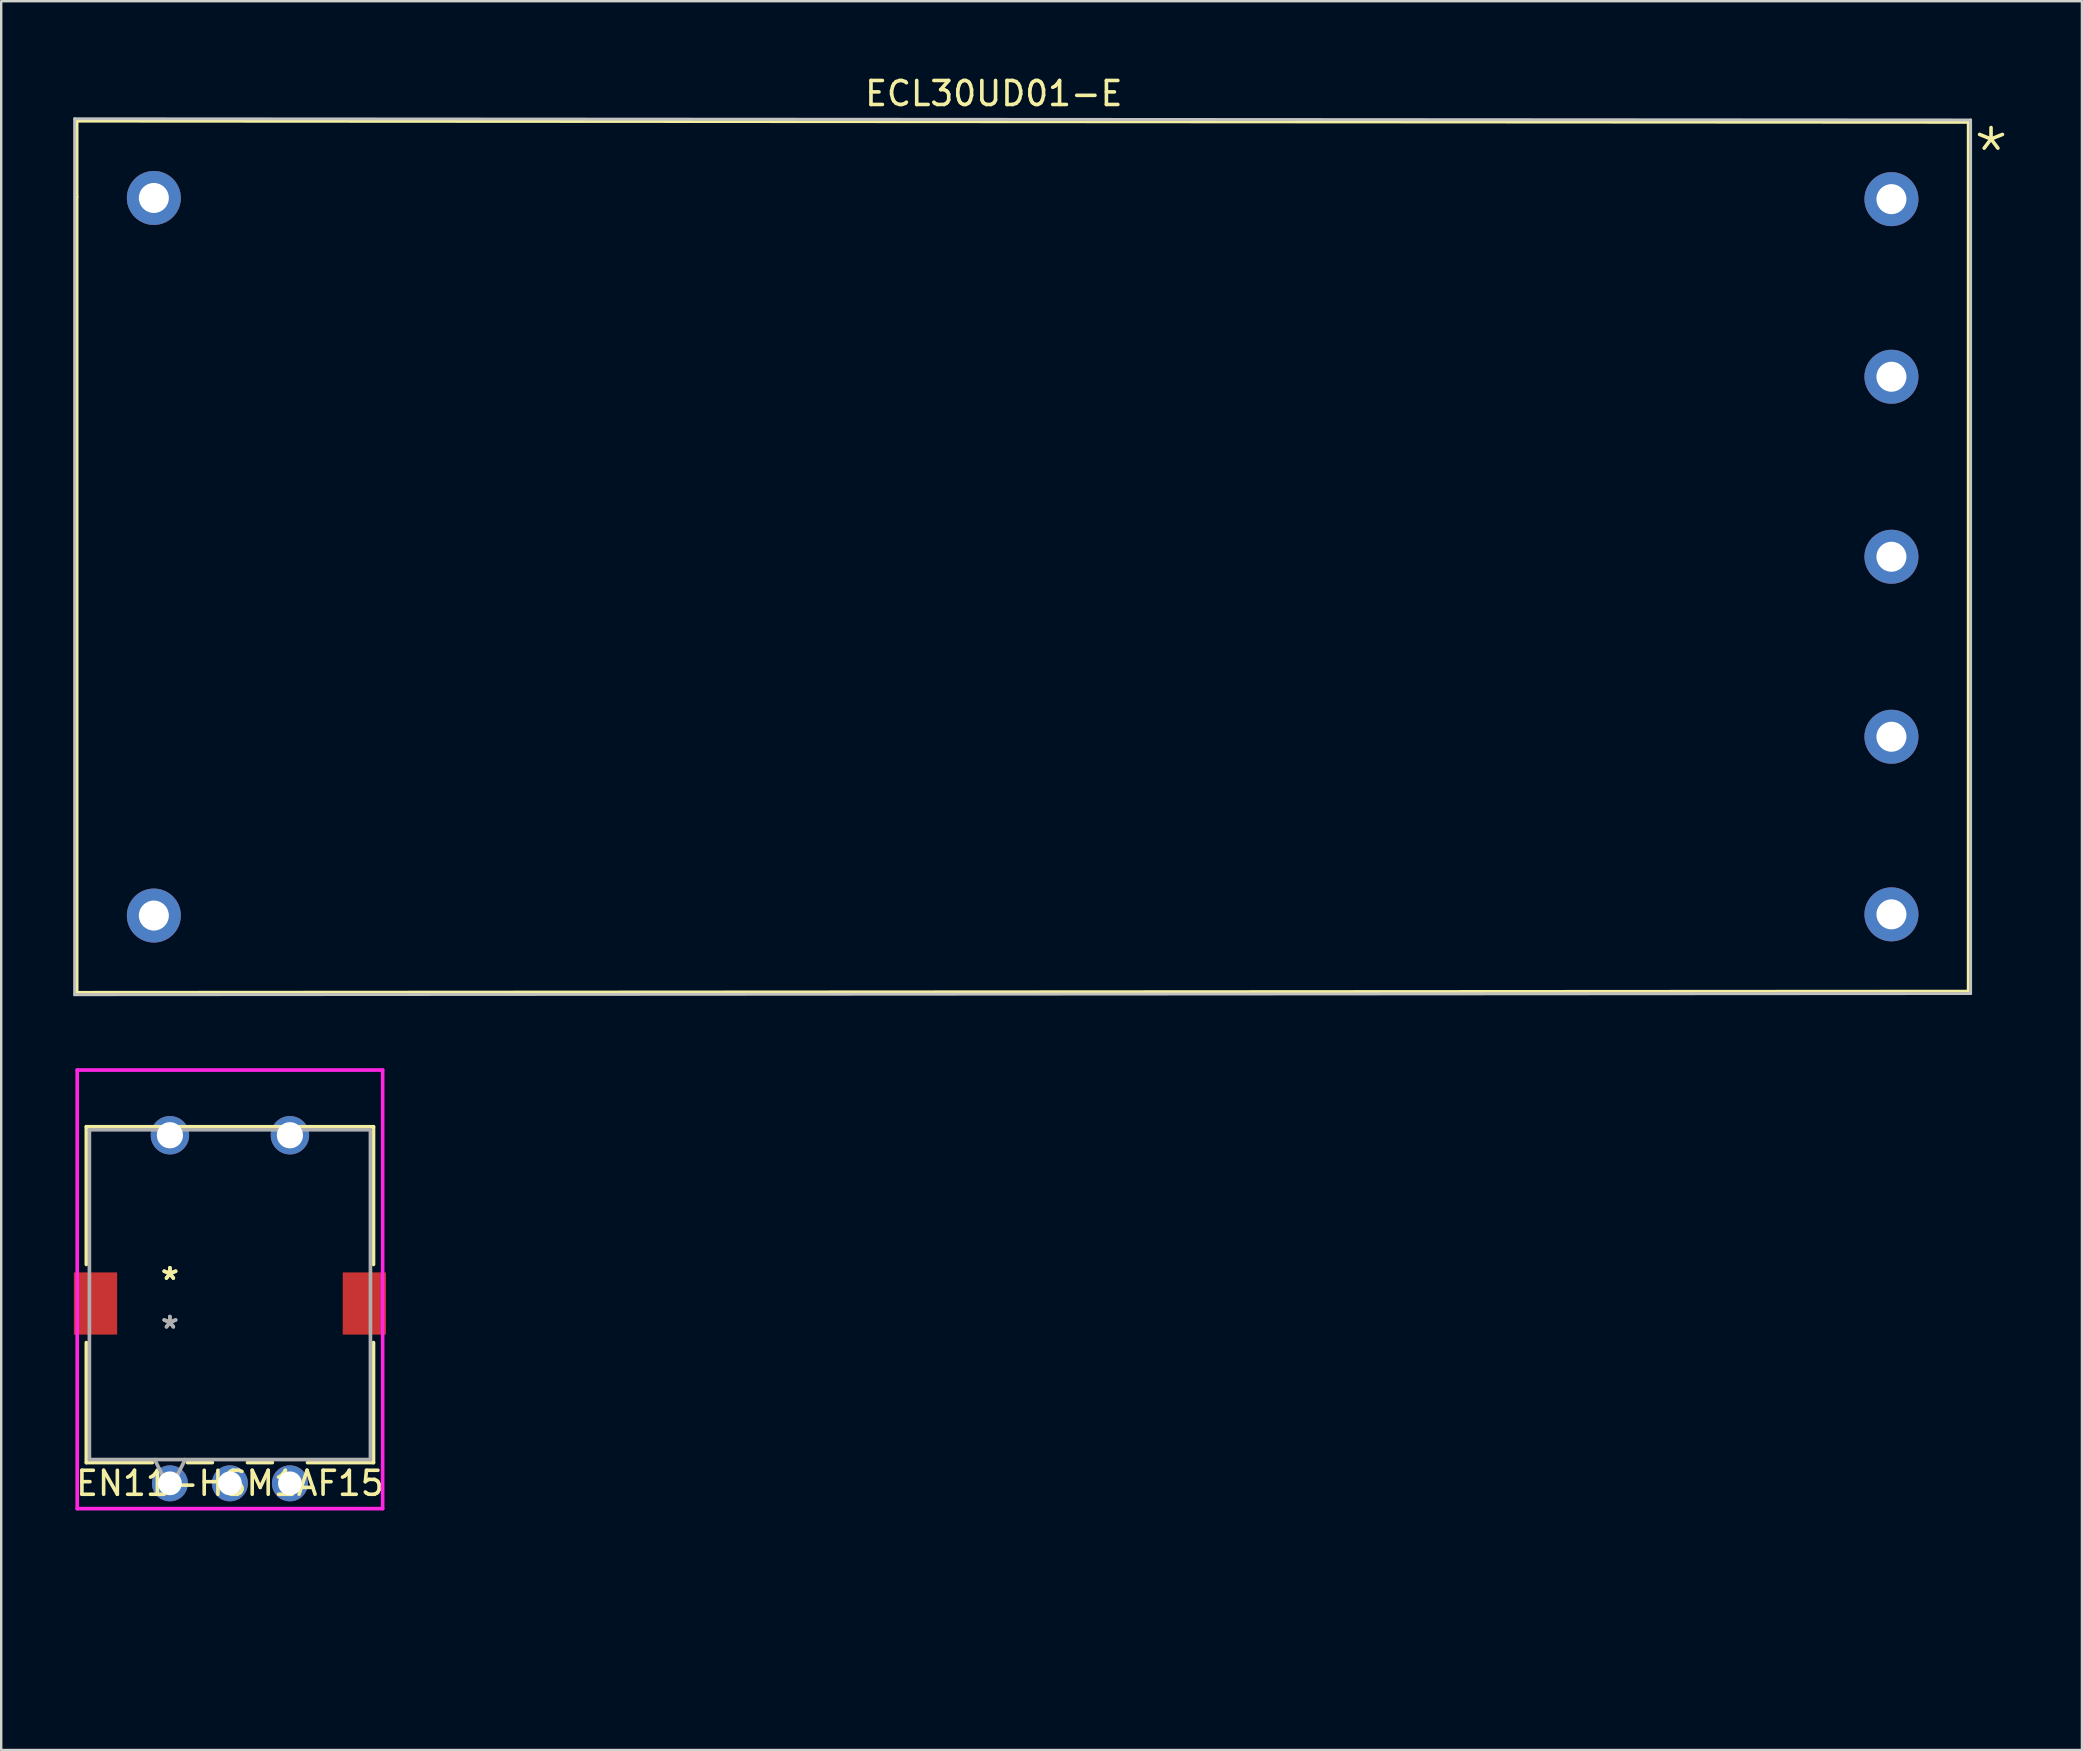
<source format=kicad_pcb>
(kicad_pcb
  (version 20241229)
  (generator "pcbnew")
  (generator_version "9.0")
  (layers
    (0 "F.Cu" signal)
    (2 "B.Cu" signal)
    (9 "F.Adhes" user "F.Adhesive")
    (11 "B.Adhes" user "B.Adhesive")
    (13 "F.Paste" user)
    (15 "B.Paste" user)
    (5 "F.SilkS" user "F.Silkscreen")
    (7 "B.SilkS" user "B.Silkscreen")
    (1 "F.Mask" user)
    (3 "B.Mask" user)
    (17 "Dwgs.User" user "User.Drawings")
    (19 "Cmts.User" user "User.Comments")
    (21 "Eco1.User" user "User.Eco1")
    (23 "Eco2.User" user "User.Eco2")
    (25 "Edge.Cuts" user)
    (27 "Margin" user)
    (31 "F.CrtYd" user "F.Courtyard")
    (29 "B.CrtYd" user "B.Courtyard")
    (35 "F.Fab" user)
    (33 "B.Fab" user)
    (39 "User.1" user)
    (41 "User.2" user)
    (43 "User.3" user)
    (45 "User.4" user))
  (footprint "ECL30UD01-E"
    (layer "F.Cu")
    (at 38.46 16.648)
    (property "Reference" "ECL30UD01-E" (at -0.1 -15.8 0) (layer "F.SilkS") (effects (font (size 1 1) (thickness 0.15))))
    (attr through_hole)
    (fp_line (start -38.3 -14.65) (end 40.5 -14.6) (stroke (width 0.12) (type solid)) (layer "F.SilkS"))
    (fp_line (start -38.3 -11.5) (end -38.3 -14.65) (stroke (width 0.12) (type solid)) (layer "F.SilkS"))
    (fp_line (start -38.3 21.65) (end -38.3 -11.5) (stroke (width 0.12) (type solid)) (layer "F.SilkS"))
    (fp_line (start 40.5 -14.6) (end 40.5 21.6) (stroke (width 0.12) (type solid)) (layer "F.SilkS"))
    (fp_line (start 40.5 21.6) (end -38.3 21.65) (stroke (width 0.12) (type solid)) (layer "F.SilkS"))
    (fp_line (start -38.4 -14.75) (end 40.6 -14.7) (stroke (width 0.12) (type solid)) (layer "Dwgs.User"))
    (fp_line (start -38.4 21.75) (end -38.4 -14.75) (stroke (width 0.12) (type solid)) (layer "Dwgs.User"))
    (fp_line (start 40.6 -14.7) (end 40.6 21.7) (stroke (width 0.12) (type solid)) (layer "Dwgs.User"))
    (fp_line (start 40.6 21.7) (end -38.4 21.75) (stroke (width 0.12) (type solid)) (layer "Dwgs.User"))
    (fp_text user "*" (at 41.45 -13.3 0) (layer "F.SilkS") (effects (font (size 2 2) (thickness 0.15))))
    (pad "1" thru_hole circle (at 37.3 -11.4 90) (size 2.25 2.25) (drill 1.25) (layers "*.Cu" "*.Mask"))
    (pad "2" thru_hole circle (at 37.3 -4 90) (size 2.25 2.25) (drill 1.25) (layers "*.Cu" "*.Mask"))
    (pad "3" thru_hole circle (at 37.3 3.5 90) (size 2.25 2.25) (drill 1.25) (layers "*.Cu" "*.Mask"))
    (pad "4" thru_hole circle (at 37.3 11 90) (size 2.25 2.25) (drill 1.25) (layers "*.Cu" "*.Mask"))
    (pad "5" thru_hole circle (at 37.3 18.4 90) (size 2.25 2.25) (drill 1.25) (layers "*.Cu" "*.Mask"))
    (pad "6" thru_hole circle (at -35.1 -11.45 90) (size 2.25 2.25) (drill 1.25) (layers "*.Cu" "*.Mask"))
    (pad "7" thru_hole circle (at -35.1 18.45 90) (size 2.25 2.25) (drill 1.25) (layers "*.Cu" "*.Mask")))
  (footprint "EN11-HSM1AF15"
    (layer "F.Cu")
    (at 6.53 66.617)
    (property "Reference" "EN11-HSM1AF15" (at 0 -7.861 0) (layer "F.SilkS") (effects (font (size 1 1) (thickness 0.15))))
    (attr through_hole)
    (fp_line (start -5.982 -22.72) (end -5.982 -16.982) (stroke (width 0.152) (type solid)) (layer "F.SilkS"))
    (fp_line (start -5.982 -13.726) (end -5.982 -8.725) (stroke (width 0.152) (type solid)) (layer "F.SilkS"))
    (fp_line (start -5.982 -8.725) (end -3.233 -8.725) (stroke (width 0.152) (type solid)) (layer "F.SilkS"))
    (fp_line (start -1.767 -8.725) (end -0.733 -8.725) (stroke (width 0.152) (type solid)) (layer "F.SilkS"))
    (fp_line (start 0.733 -8.725) (end 1.767 -8.725) (stroke (width 0.152) (type solid)) (layer "F.SilkS"))
    (fp_line (start 3.233 -8.725) (end 5.982 -8.725) (stroke (width 0.152) (type solid)) (layer "F.SilkS"))
    (fp_line (start 5.982 -22.72) (end -5.982 -22.72) (stroke (width 0.152) (type solid)) (layer "F.SilkS"))
    (fp_line (start 5.982 -16.982) (end 5.982 -22.72) (stroke (width 0.152) (type solid)) (layer "F.SilkS"))
    (fp_line (start 5.982 -8.725) (end 5.982 -13.726) (stroke (width 0.152) (type solid)) (layer "F.SilkS"))
    (fp_line (start -6.363 -25.082) (end -6.363 -6.807) (stroke (width 0.152) (type solid)) (layer "F.CrtYd"))
    (fp_line (start -6.363 -6.807) (end 6.363 -6.807) (stroke (width 0.152) (type solid)) (layer "F.CrtYd"))
    (fp_line (start 6.363 -25.082) (end -6.363 -25.082) (stroke (width 0.152) (type solid)) (layer "F.CrtYd"))
    (fp_line (start 6.363 -6.807) (end 6.363 -25.082) (stroke (width 0.152) (type solid)) (layer "F.CrtYd"))
    (fp_line (start -5.855 -22.593) (end -5.855 -8.852) (stroke (width 0.152) (type solid)) (layer "F.Fab"))
    (fp_line (start -5.855 -8.852) (end 5.855 -8.852) (stroke (width 0.152) (type solid)) (layer "F.Fab"))
    (fp_line (start -3.135 -8.852) (end -2.5 -7.582) (stroke (width 0.152) (type solid)) (layer "F.Fab"))
    (fp_line (start -1.865 -8.852) (end -2.5 -7.582) (stroke (width 0.152) (type solid)) (layer "F.Fab"))
    (fp_line (start 5.855 -22.593) (end -5.855 -22.593) (stroke (width 0.152) (type solid)) (layer "F.Fab"))
    (fp_line (start 5.855 -8.852) (end 5.855 -22.593) (stroke (width 0.152) (type solid)) (layer "F.Fab"))
    (fp_text user "*" (at -2.5 -16.298 0) (layer "F.SilkS") (effects (font (size 1 1) (thickness 0.15))))
    (fp_text user "*" (at -2.5 -16.298 0) (layer "F.SilkS") (effects (font (size 1 1) (thickness 0.15))))
    (fp_text user "Copyright 2016 Accelerated Designs. All rights reserved." (at 0 0 0) (layer "Cmts.User") (effects (font (size 0.127 0.127) (thickness 0.002))))
    (fp_text user "*" (at -2.5 -14.266 0) (layer "F.Fab") (effects (font (size 1 1) (thickness 0.15))))
    (fp_text user "*" (at -2.5 -14.266 0) (layer "F.Fab") (effects (font (size 1 1) (thickness 0.15))))
    (pad "1" thru_hole circle (at -2.5 -7.861) (size 1.499 1.499) (drill 0.991) (layers "*.Cu" "*.Mask"))
    (pad "2" thru_hole circle (at 2.5 -7.861) (size 1.499 1.499) (drill 0.991) (layers "*.Cu" "*.Mask"))
    (pad "3" thru_hole circle (at 0 -7.861) (size 1.499 1.499) (drill 0.991) (layers "*.Cu" "*.Mask"))
    (pad "4" thru_hole circle (at -2.5 -22.365) (size 1.6 1.6) (drill 1.092) (layers "*.Cu" "*.Mask"))
    (pad "5" thru_hole circle (at 2.5 -22.365) (size 1.6 1.6) (drill 1.092) (layers "*.Cu" "*.Mask"))
    (pad "6" smd rect (at -5.601 -15.354) (size 1.803 2.591) (layers "F.Cu" "F.Mask" "F.Paste"))
    (pad "7" smd rect (at 5.601 -15.354) (size 1.803 2.591) (layers "F.Cu" "F.Mask" "F.Paste")))
  (gr_rect
    (start -3 -3)
    (end 83.697 69.867)
    (stroke (width 0.1) (type default))
    (fill no)
    (layer "Edge.Cuts")))
</source>
